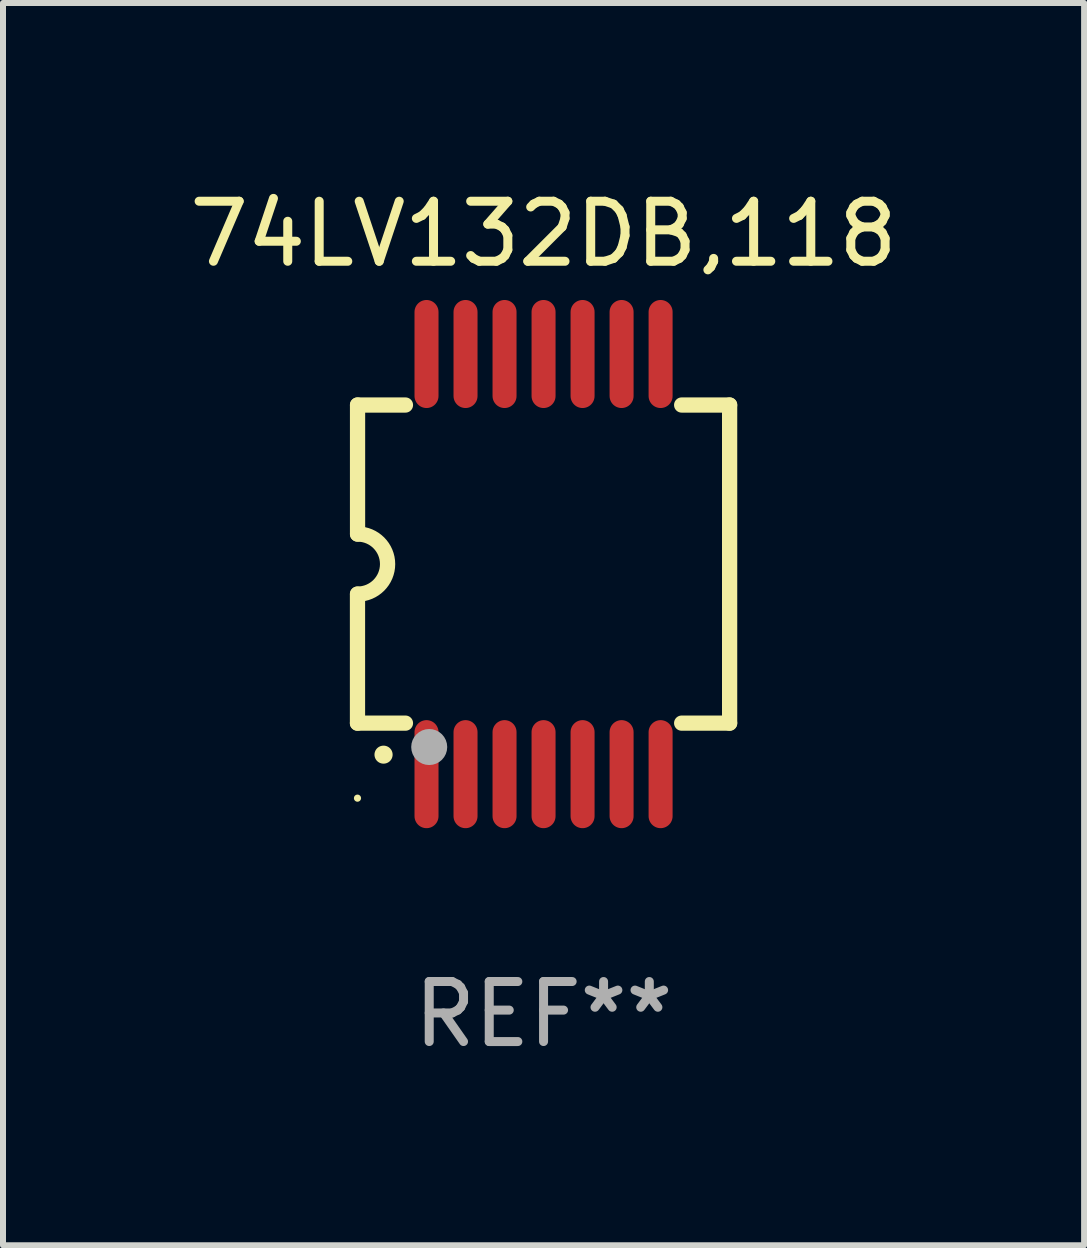
<source format=kicad_pcb>
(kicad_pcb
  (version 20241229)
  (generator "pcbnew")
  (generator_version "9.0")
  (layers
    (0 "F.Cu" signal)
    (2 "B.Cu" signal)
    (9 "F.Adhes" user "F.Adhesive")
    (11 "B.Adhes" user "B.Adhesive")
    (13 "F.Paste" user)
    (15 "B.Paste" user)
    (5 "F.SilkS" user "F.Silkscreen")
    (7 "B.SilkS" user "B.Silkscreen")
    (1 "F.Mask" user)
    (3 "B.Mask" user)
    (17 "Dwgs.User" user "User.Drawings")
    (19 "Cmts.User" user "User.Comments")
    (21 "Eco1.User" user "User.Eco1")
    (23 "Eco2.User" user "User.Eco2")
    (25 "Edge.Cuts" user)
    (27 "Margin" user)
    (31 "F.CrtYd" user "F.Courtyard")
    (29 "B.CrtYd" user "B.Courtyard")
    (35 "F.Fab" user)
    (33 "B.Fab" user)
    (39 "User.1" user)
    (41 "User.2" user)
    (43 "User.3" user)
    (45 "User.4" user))
  (footprint "74LV132DB,118"
    (layer "F.Cu")
    (at 6.006 6.348)
    (property "Reference" "74LV132DB,118" (at 0 -5.5 0) (layer "F.SilkS") (effects (font (size 1 1) (thickness 0.15))))
    (attr through_hole)
    (fp_line (start -3.1 2.65) (end -3.1 0.5) (stroke (width 0.254) (type solid)) (layer "F.SilkS"))
    (fp_line (start -3.099 -2.65) (end -2.301 -2.65) (stroke (width 0.254) (type solid)) (layer "F.SilkS"))
    (fp_line (start -3.099 -0.5) (end -3.099 -2.65) (stroke (width 0.254) (type solid)) (layer "F.SilkS"))
    (fp_line (start -2.301 2.65) (end -3.1 2.65) (stroke (width 0.254) (type solid)) (layer "F.SilkS"))
    (fp_line (start 2.301 -2.65) (end 3.1 -2.65) (stroke (width 0.254) (type solid)) (layer "F.SilkS"))
    (fp_line (start 3.1 -2.65) (end 3.1 2.65) (stroke (width 0.254) (type solid)) (layer "F.SilkS"))
    (fp_line (start 3.1 2.65) (end 2.301 2.65) (stroke (width 0.254) (type solid)) (layer "F.SilkS"))
    (fp_arc (start -3.098806 -0.500381) (mid -2.598806 0) (end -3.098806 0.500381) (stroke (width 0.254001) (type solid)) (layer "F.SilkS"))
    (fp_arc (start -2.667005 3.175006) (mid -2.665735 3.175001) (end -2.664465 3.175006) (stroke (width 0.3) (type solid)) (layer "F.SilkS"))
    (fp_circle (center -3.1 3.9) (end -3.07 3.9) (stroke (width 0.06) (type solid)) (fill no) (layer "F.SilkS"))
    (fp_circle (center -1.905 3.048) (end -1.755 3.048) (stroke (width 0.3) (type solid)) (fill no) (layer "F.Fab"))
    (fp_text user "REF**" (at 0 7.5 0) (layer "F.Fab") (effects (font (size 1 1) (thickness 0.15))))
    (pad "1" smd oval (at -1.95 3.5 270) (size 1.8 0.4) (layers "F.Cu" "F.Mask" "F.Paste"))
    (pad "2" smd oval (at -1.3 3.5 270) (size 1.8 0.4) (layers "F.Cu" "F.Mask" "F.Paste"))
    (pad "3" smd oval (at -0.65 3.5 270) (size 1.8 0.4) (layers "F.Cu" "F.Mask" "F.Paste"))
    (pad "4" smd oval (at 0 3.5 270) (size 1.8 0.4) (layers "F.Cu" "F.Mask" "F.Paste"))
    (pad "5" smd oval (at 0.65 3.5 270) (size 1.8 0.4) (layers "F.Cu" "F.Mask" "F.Paste"))
    (pad "6" smd oval (at 1.3 3.5 270) (size 1.8 0.4) (layers "F.Cu" "F.Mask" "F.Paste"))
    (pad "7" smd oval (at 1.95 3.5 270) (size 1.8 0.4) (layers "F.Cu" "F.Mask" "F.Paste"))
    (pad "8" smd oval (at 1.95 -3.5 90) (size 1.8 0.4) (layers "F.Cu" "F.Mask" "F.Paste"))
    (pad "9" smd oval (at 1.3 -3.5 90) (size 1.8 0.4) (layers "F.Cu" "F.Mask" "F.Paste"))
    (pad "10" smd oval (at 0.65 -3.5 90) (size 1.8 0.4) (layers "F.Cu" "F.Mask" "F.Paste"))
    (pad "11" smd oval (at 0 -3.5 90) (size 1.8 0.4) (layers "F.Cu" "F.Mask" "F.Paste"))
    (pad "12" smd oval (at -0.65 -3.5 90) (size 1.8 0.4) (layers "F.Cu" "F.Mask" "F.Paste"))
    (pad "13" smd oval (at -1.3 -3.5 90) (size 1.8 0.4) (layers "F.Cu" "F.Mask" "F.Paste"))
    (pad "14" smd oval (at -1.95 -3.5 90) (size 1.8 0.4) (layers "F.Cu" "F.Mask" "F.Paste")))
  (gr_rect
    (start -3 -3)
    (end 15.012 17.697)
    (stroke (width 0.1) (type default))
    (fill no)
    (layer "Edge.Cuts")))
</source>
